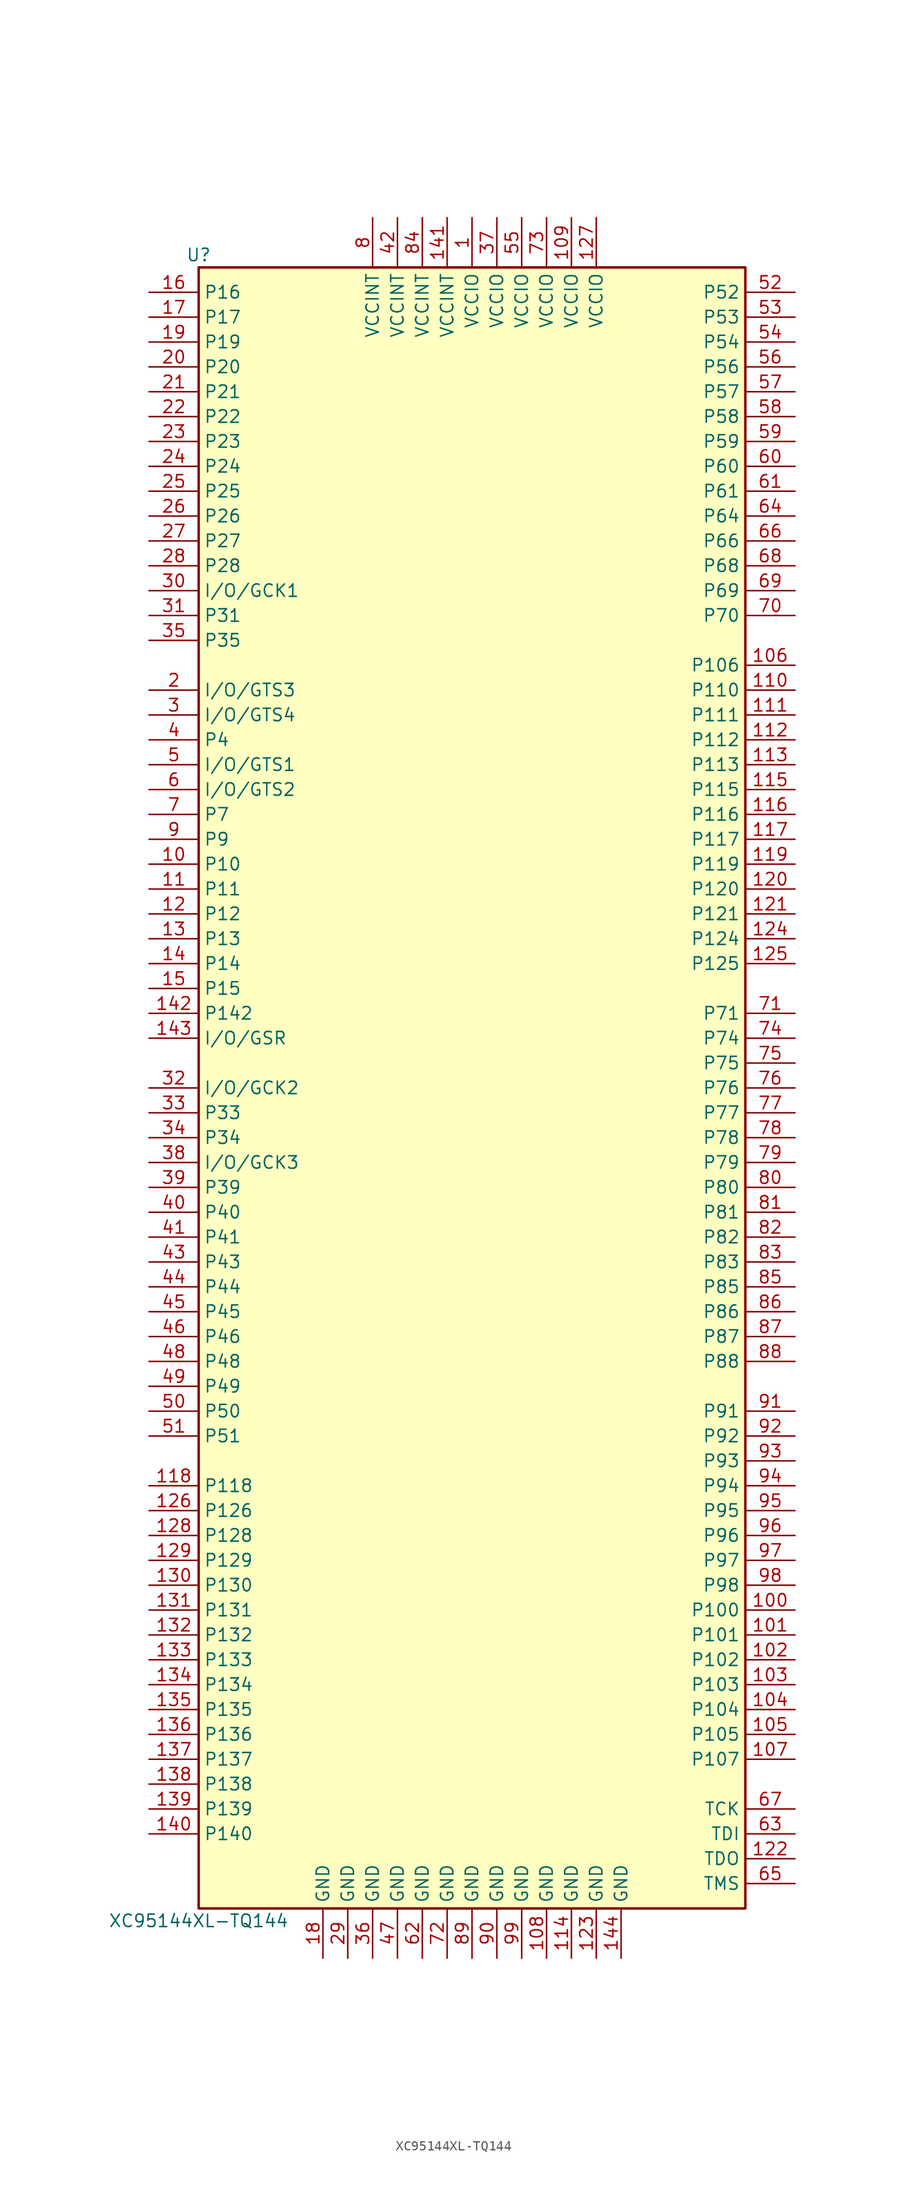
<source format=kicad_sym>
(kicad_symbol_lib
  (version 20201005)
  (generator kicad_symbol_editor)
  (symbol "CPLD_Xilinx:XC95144XL-TQ144"
    (property "Reference" "U"
      (at -27.94 85.09 0)
      (effects (font (size 1.27 1.27))))
    (property "Value" "XC95144XL-TQ144"
      (at -27.94 -85.09 0)
      (effects (font (size 1.27 1.27))))
    (symbol "XC95144XL-TQ144_1_1"
      (rectangle (start -27.94 83.82) (end 27.94 -83.82) (stroke (width 0.254)) (fill (type background)))
      (pin power_in line (at 0 88.9 270) (length 5.08) (name "VCCIO" (effects (font (size 1.27 1.27)))) (number "1" (effects (font (size 1.27 1.27)))))
      (pin bidirectional line (at -33.02 40.64 0) (length 5.08) (name "I/O/GTS3" (effects (font (size 1.27 1.27)))) (number "2" (effects (font (size 1.27 1.27)))))
      (pin bidirectional line (at -33.02 38.1 0) (length 5.08) (name "I/O/GTS4" (effects (font (size 1.27 1.27)))) (number "3" (effects (font (size 1.27 1.27)))))
      (pin bidirectional line (at -33.02 35.56 0) (length 5.08) (name "P4" (effects (font (size 1.27 1.27)))) (number "4" (effects (font (size 1.27 1.27)))))
      (pin bidirectional line (at -33.02 33.02 0) (length 5.08) (name "I/O/GTS1" (effects (font (size 1.27 1.27)))) (number "5" (effects (font (size 1.27 1.27)))))
      (pin bidirectional line (at -33.02 30.48 0) (length 5.08) (name "I/O/GTS2" (effects (font (size 1.27 1.27)))) (number "6" (effects (font (size 1.27 1.27)))))
      (pin bidirectional line (at -33.02 27.94 0) (length 5.08) (name "P7" (effects (font (size 1.27 1.27)))) (number "7" (effects (font (size 1.27 1.27)))))
      (pin power_in line (at -10.16 88.9 270) (length 5.08) (name "VCCINT" (effects (font (size 1.27 1.27)))) (number "8" (effects (font (size 1.27 1.27)))))
      (pin bidirectional line (at -33.02 25.4 0) (length 5.08) (name "P9" (effects (font (size 1.27 1.27)))) (number "9" (effects (font (size 1.27 1.27)))))
      (pin bidirectional line (at -33.02 22.86 0) (length 5.08) (name "P10" (effects (font (size 1.27 1.27)))) (number "10" (effects (font (size 1.27 1.27)))))
      (pin bidirectional line (at -33.02 73.66 0) (length 5.08) (name "P20" (effects (font (size 1.27 1.27)))) (number "20" (effects (font (size 1.27 1.27)))))
      (pin bidirectional line (at -33.02 50.8 0) (length 5.08) (name "I/O/GCK1" (effects (font (size 1.27 1.27)))) (number "30" (effects (font (size 1.27 1.27)))))
      (pin bidirectional line (at -33.02 -12.7 0) (length 5.08) (name "P40" (effects (font (size 1.27 1.27)))) (number "40" (effects (font (size 1.27 1.27)))))
      (pin bidirectional line (at -33.02 -33.02 0) (length 5.08) (name "P50" (effects (font (size 1.27 1.27)))) (number "50" (effects (font (size 1.27 1.27)))))
      (pin bidirectional line (at 33.02 63.5 180) (length 5.08) (name "P60" (effects (font (size 1.27 1.27)))) (number "60" (effects (font (size 1.27 1.27)))))
      (pin bidirectional line (at 33.02 48.26 180) (length 5.08) (name "P70" (effects (font (size 1.27 1.27)))) (number "70" (effects (font (size 1.27 1.27)))))
      (pin bidirectional line (at 33.02 -10.16 180) (length 5.08) (name "P80" (effects (font (size 1.27 1.27)))) (number "80" (effects (font (size 1.27 1.27)))))
      (pin power_in line (at 2.54 -88.9 90) (length 5.08) (name "GND" (effects (font (size 1.27 1.27)))) (number "90" (effects (font (size 1.27 1.27)))))
      (pin bidirectional line (at -33.02 20.32 0) (length 5.08) (name "P11" (effects (font (size 1.27 1.27)))) (number "11" (effects (font (size 1.27 1.27)))))
      (pin bidirectional line (at -33.02 71.12 0) (length 5.08) (name "P21" (effects (font (size 1.27 1.27)))) (number "21" (effects (font (size 1.27 1.27)))))
      (pin bidirectional line (at -33.02 48.26 0) (length 5.08) (name "P31" (effects (font (size 1.27 1.27)))) (number "31" (effects (font (size 1.27 1.27)))))
      (pin bidirectional line (at -33.02 -15.24 0) (length 5.08) (name "P41" (effects (font (size 1.27 1.27)))) (number "41" (effects (font (size 1.27 1.27)))))
      (pin bidirectional line (at -33.02 -35.56 0) (length 5.08) (name "P51" (effects (font (size 1.27 1.27)))) (number "51" (effects (font (size 1.27 1.27)))))
      (pin bidirectional line (at 33.02 60.96 180) (length 5.08) (name "P61" (effects (font (size 1.27 1.27)))) (number "61" (effects (font (size 1.27 1.27)))))
      (pin bidirectional line (at 33.02 7.62 180) (length 5.08) (name "P71" (effects (font (size 1.27 1.27)))) (number "71" (effects (font (size 1.27 1.27)))))
      (pin bidirectional line (at 33.02 -12.7 180) (length 5.08) (name "P81" (effects (font (size 1.27 1.27)))) (number "81" (effects (font (size 1.27 1.27)))))
      (pin bidirectional line (at 33.02 -33.02 180) (length 5.08) (name "P91" (effects (font (size 1.27 1.27)))) (number "91" (effects (font (size 1.27 1.27)))))
      (pin bidirectional line (at -33.02 17.78 0) (length 5.08) (name "P12" (effects (font (size 1.27 1.27)))) (number "12" (effects (font (size 1.27 1.27)))))
      (pin bidirectional line (at -33.02 68.58 0) (length 5.08) (name "P22" (effects (font (size 1.27 1.27)))) (number "22" (effects (font (size 1.27 1.27)))))
      (pin bidirectional line (at -33.02 0 0) (length 5.08) (name "I/O/GCK2" (effects (font (size 1.27 1.27)))) (number "32" (effects (font (size 1.27 1.27)))))
      (pin power_in line (at -7.62 88.9 270) (length 5.08) (name "VCCINT" (effects (font (size 1.27 1.27)))) (number "42" (effects (font (size 1.27 1.27)))))
      (pin bidirectional line (at 33.02 81.28 180) (length 5.08) (name "P52" (effects (font (size 1.27 1.27)))) (number "52" (effects (font (size 1.27 1.27)))))
      (pin power_in line (at -5.08 -88.9 90) (length 5.08) (name "GND" (effects (font (size 1.27 1.27)))) (number "62" (effects (font (size 1.27 1.27)))))
      (pin power_in line (at -2.54 -88.9 90) (length 5.08) (name "GND" (effects (font (size 1.27 1.27)))) (number "72" (effects (font (size 1.27 1.27)))))
      (pin bidirectional line (at 33.02 -15.24 180) (length 5.08) (name "P82" (effects (font (size 1.27 1.27)))) (number "82" (effects (font (size 1.27 1.27)))))
      (pin bidirectional line (at 33.02 -35.56 180) (length 5.08) (name "P92" (effects (font (size 1.27 1.27)))) (number "92" (effects (font (size 1.27 1.27)))))
      (pin bidirectional line (at -33.02 15.24 0) (length 5.08) (name "P13" (effects (font (size 1.27 1.27)))) (number "13" (effects (font (size 1.27 1.27)))))
      (pin bidirectional line (at -33.02 66.04 0) (length 5.08) (name "P23" (effects (font (size 1.27 1.27)))) (number "23" (effects (font (size 1.27 1.27)))))
      (pin bidirectional line (at -33.02 -2.54 0) (length 5.08) (name "P33" (effects (font (size 1.27 1.27)))) (number "33" (effects (font (size 1.27 1.27)))))
      (pin bidirectional line (at -33.02 -17.78 0) (length 5.08) (name "P43" (effects (font (size 1.27 1.27)))) (number "43" (effects (font (size 1.27 1.27)))))
      (pin bidirectional line (at 33.02 78.74 180) (length 5.08) (name "P53" (effects (font (size 1.27 1.27)))) (number "53" (effects (font (size 1.27 1.27)))))
      (pin bidirectional line (at 33.02 -76.2 180) (length 5.08) (name "TDI" (effects (font (size 1.27 1.27)))) (number "63" (effects (font (size 1.27 1.27)))))
      (pin power_in line (at 7.62 88.9 270) (length 5.08) (name "VCCIO" (effects (font (size 1.27 1.27)))) (number "73" (effects (font (size 1.27 1.27)))))
      (pin bidirectional line (at 33.02 -17.78 180) (length 5.08) (name "P83" (effects (font (size 1.27 1.27)))) (number "83" (effects (font (size 1.27 1.27)))))
      (pin bidirectional line (at 33.02 -38.1 180) (length 5.08) (name "P93" (effects (font (size 1.27 1.27)))) (number "93" (effects (font (size 1.27 1.27)))))
      (pin bidirectional line (at -33.02 12.7 0) (length 5.08) (name "P14" (effects (font (size 1.27 1.27)))) (number "14" (effects (font (size 1.27 1.27)))))
      (pin bidirectional line (at -33.02 63.5 0) (length 5.08) (name "P24" (effects (font (size 1.27 1.27)))) (number "24" (effects (font (size 1.27 1.27)))))
      (pin bidirectional line (at -33.02 -5.08 0) (length 5.08) (name "P34" (effects (font (size 1.27 1.27)))) (number "34" (effects (font (size 1.27 1.27)))))
      (pin bidirectional line (at -33.02 -20.32 0) (length 5.08) (name "P44" (effects (font (size 1.27 1.27)))) (number "44" (effects (font (size 1.27 1.27)))))
      (pin bidirectional line (at 33.02 76.2 180) (length 5.08) (name "P54" (effects (font (size 1.27 1.27)))) (number "54" (effects (font (size 1.27 1.27)))))
      (pin bidirectional line (at 33.02 58.42 180) (length 5.08) (name "P64" (effects (font (size 1.27 1.27)))) (number "64" (effects (font (size 1.27 1.27)))))
      (pin bidirectional line (at 33.02 5.08 180) (length 5.08) (name "P74" (effects (font (size 1.27 1.27)))) (number "74" (effects (font (size 1.27 1.27)))))
      (pin power_in line (at -5.08 88.9 270) (length 5.08) (name "VCCINT" (effects (font (size 1.27 1.27)))) (number "84" (effects (font (size 1.27 1.27)))))
      (pin bidirectional line (at 33.02 -40.64 180) (length 5.08) (name "P94" (effects (font (size 1.27 1.27)))) (number "94" (effects (font (size 1.27 1.27)))))
      (pin bidirectional line (at -33.02 10.16 0) (length 5.08) (name "P15" (effects (font (size 1.27 1.27)))) (number "15" (effects (font (size 1.27 1.27)))))
      (pin bidirectional line (at -33.02 60.96 0) (length 5.08) (name "P25" (effects (font (size 1.27 1.27)))) (number "25" (effects (font (size 1.27 1.27)))))
      (pin bidirectional line (at -33.02 45.72 0) (length 5.08) (name "P35" (effects (font (size 1.27 1.27)))) (number "35" (effects (font (size 1.27 1.27)))))
      (pin bidirectional line (at -33.02 -22.86 0) (length 5.08) (name "P45" (effects (font (size 1.27 1.27)))) (number "45" (effects (font (size 1.27 1.27)))))
      (pin power_in line (at 5.08 88.9 270) (length 5.08) (name "VCCIO" (effects (font (size 1.27 1.27)))) (number "55" (effects (font (size 1.27 1.27)))))
      (pin bidirectional line (at 33.02 -81.28 180) (length 5.08) (name "TMS" (effects (font (size 1.27 1.27)))) (number "65" (effects (font (size 1.27 1.27)))))
      (pin bidirectional line (at 33.02 2.54 180) (length 5.08) (name "P75" (effects (font (size 1.27 1.27)))) (number "75" (effects (font (size 1.27 1.27)))))
      (pin bidirectional line (at 33.02 -20.32 180) (length 5.08) (name "P85" (effects (font (size 1.27 1.27)))) (number "85" (effects (font (size 1.27 1.27)))))
      (pin bidirectional line (at 33.02 -43.18 180) (length 5.08) (name "P95" (effects (font (size 1.27 1.27)))) (number "95" (effects (font (size 1.27 1.27)))))
      (pin bidirectional line (at -33.02 81.28 0) (length 5.08) (name "P16" (effects (font (size 1.27 1.27)))) (number "16" (effects (font (size 1.27 1.27)))))
      (pin bidirectional line (at -33.02 58.42 0) (length 5.08) (name "P26" (effects (font (size 1.27 1.27)))) (number "26" (effects (font (size 1.27 1.27)))))
      (pin power_in line (at -10.16 -88.9 90) (length 5.08) (name "GND" (effects (font (size 1.27 1.27)))) (number "36" (effects (font (size 1.27 1.27)))))
      (pin bidirectional line (at -33.02 -25.4 0) (length 5.08) (name "P46" (effects (font (size 1.27 1.27)))) (number "46" (effects (font (size 1.27 1.27)))))
      (pin bidirectional line (at 33.02 73.66 180) (length 5.08) (name "P56" (effects (font (size 1.27 1.27)))) (number "56" (effects (font (size 1.27 1.27)))))
      (pin bidirectional line (at 33.02 55.88 180) (length 5.08) (name "P66" (effects (font (size 1.27 1.27)))) (number "66" (effects (font (size 1.27 1.27)))))
      (pin bidirectional line (at 33.02 0 180) (length 5.08) (name "P76" (effects (font (size 1.27 1.27)))) (number "76" (effects (font (size 1.27 1.27)))))
      (pin bidirectional line (at 33.02 -22.86 180) (length 5.08) (name "P86" (effects (font (size 1.27 1.27)))) (number "86" (effects (font (size 1.27 1.27)))))
      (pin bidirectional line (at 33.02 -45.72 180) (length 5.08) (name "P96" (effects (font (size 1.27 1.27)))) (number "96" (effects (font (size 1.27 1.27)))))
      (pin bidirectional line (at -33.02 78.74 0) (length 5.08) (name "P17" (effects (font (size 1.27 1.27)))) (number "17" (effects (font (size 1.27 1.27)))))
      (pin bidirectional line (at -33.02 55.88 0) (length 5.08) (name "P27" (effects (font (size 1.27 1.27)))) (number "27" (effects (font (size 1.27 1.27)))))
      (pin power_in line (at 2.54 88.9 270) (length 5.08) (name "VCCIO" (effects (font (size 1.27 1.27)))) (number "37" (effects (font (size 1.27 1.27)))))
      (pin power_in line (at -7.62 -88.9 90) (length 5.08) (name "GND" (effects (font (size 1.27 1.27)))) (number "47" (effects (font (size 1.27 1.27)))))
      (pin bidirectional line (at 33.02 71.12 180) (length 5.08) (name "P57" (effects (font (size 1.27 1.27)))) (number "57" (effects (font (size 1.27 1.27)))))
      (pin bidirectional line (at 33.02 -73.66 180) (length 5.08) (name "TCK" (effects (font (size 1.27 1.27)))) (number "67" (effects (font (size 1.27 1.27)))))
      (pin bidirectional line (at 33.02 -2.54 180) (length 5.08) (name "P77" (effects (font (size 1.27 1.27)))) (number "77" (effects (font (size 1.27 1.27)))))
      (pin bidirectional line (at 33.02 -25.4 180) (length 5.08) (name "P87" (effects (font (size 1.27 1.27)))) (number "87" (effects (font (size 1.27 1.27)))))
      (pin bidirectional line (at 33.02 -48.26 180) (length 5.08) (name "P97" (effects (font (size 1.27 1.27)))) (number "97" (effects (font (size 1.27 1.27)))))
      (pin power_in line (at -15.24 -88.9 90) (length 5.08) (name "GND" (effects (font (size 1.27 1.27)))) (number "18" (effects (font (size 1.27 1.27)))))
      (pin bidirectional line (at -33.02 53.34 0) (length 5.08) (name "P28" (effects (font (size 1.27 1.27)))) (number "28" (effects (font (size 1.27 1.27)))))
      (pin bidirectional line (at -33.02 -7.62 0) (length 5.08) (name "I/O/GCK3" (effects (font (size 1.27 1.27)))) (number "38" (effects (font (size 1.27 1.27)))))
      (pin bidirectional line (at -33.02 -27.94 0) (length 5.08) (name "P48" (effects (font (size 1.27 1.27)))) (number "48" (effects (font (size 1.27 1.27)))))
      (pin bidirectional line (at 33.02 68.58 180) (length 5.08) (name "P58" (effects (font (size 1.27 1.27)))) (number "58" (effects (font (size 1.27 1.27)))))
      (pin bidirectional line (at 33.02 53.34 180) (length 5.08) (name "P68" (effects (font (size 1.27 1.27)))) (number "68" (effects (font (size 1.27 1.27)))))
      (pin bidirectional line (at 33.02 -5.08 180) (length 5.08) (name "P78" (effects (font (size 1.27 1.27)))) (number "78" (effects (font (size 1.27 1.27)))))
      (pin bidirectional line (at 33.02 -27.94 180) (length 5.08) (name "P88" (effects (font (size 1.27 1.27)))) (number "88" (effects (font (size 1.27 1.27)))))
      (pin bidirectional line (at 33.02 -50.8 180) (length 5.08) (name "P98" (effects (font (size 1.27 1.27)))) (number "98" (effects (font (size 1.27 1.27)))))
      (pin bidirectional line (at -33.02 76.2 0) (length 5.08) (name "P19" (effects (font (size 1.27 1.27)))) (number "19" (effects (font (size 1.27 1.27)))))
      (pin power_in line (at -12.7 -88.9 90) (length 5.08) (name "GND" (effects (font (size 1.27 1.27)))) (number "29" (effects (font (size 1.27 1.27)))))
      (pin bidirectional line (at -33.02 -10.16 0) (length 5.08) (name "P39" (effects (font (size 1.27 1.27)))) (number "39" (effects (font (size 1.27 1.27)))))
      (pin bidirectional line (at -33.02 -30.48 0) (length 5.08) (name "P49" (effects (font (size 1.27 1.27)))) (number "49" (effects (font (size 1.27 1.27)))))
      (pin bidirectional line (at 33.02 66.04 180) (length 5.08) (name "P59" (effects (font (size 1.27 1.27)))) (number "59" (effects (font (size 1.27 1.27)))))
      (pin bidirectional line (at 33.02 50.8 180) (length 5.08) (name "P69" (effects (font (size 1.27 1.27)))) (number "69" (effects (font (size 1.27 1.27)))))
      (pin bidirectional line (at 33.02 -7.62 180) (length 5.08) (name "P79" (effects (font (size 1.27 1.27)))) (number "79" (effects (font (size 1.27 1.27)))))
      (pin power_in line (at 0 -88.9 90) (length 5.08) (name "GND" (effects (font (size 1.27 1.27)))) (number "89" (effects (font (size 1.27 1.27)))))
      (pin power_in line (at 5.08 -88.9 90) (length 5.08) (name "GND" (effects (font (size 1.27 1.27)))) (number "99" (effects (font (size 1.27 1.27)))))
      (pin bidirectional line (at 33.02 -53.34 180) (length 5.08) (name "P100" (effects (font (size 1.27 1.27)))) (number "100" (effects (font (size 1.27 1.27)))))
      (pin bidirectional line (at 33.02 40.64 180) (length 5.08) (name "P110" (effects (font (size 1.27 1.27)))) (number "110" (effects (font (size 1.27 1.27)))))
      (pin bidirectional line (at 33.02 20.32 180) (length 5.08) (name "P120" (effects (font (size 1.27 1.27)))) (number "120" (effects (font (size 1.27 1.27)))))
      (pin bidirectional line (at -33.02 -50.8 0) (length 5.08) (name "P130" (effects (font (size 1.27 1.27)))) (number "130" (effects (font (size 1.27 1.27)))))
      (pin bidirectional line (at -33.02 -76.2 0) (length 5.08) (name "P140" (effects (font (size 1.27 1.27)))) (number "140" (effects (font (size 1.27 1.27)))))
      (pin bidirectional line (at 33.02 -55.88 180) (length 5.08) (name "P101" (effects (font (size 1.27 1.27)))) (number "101" (effects (font (size 1.27 1.27)))))
      (pin bidirectional line (at 33.02 38.1 180) (length 5.08) (name "P111" (effects (font (size 1.27 1.27)))) (number "111" (effects (font (size 1.27 1.27)))))
      (pin bidirectional line (at 33.02 17.78 180) (length 5.08) (name "P121" (effects (font (size 1.27 1.27)))) (number "121" (effects (font (size 1.27 1.27)))))
      (pin bidirectional line (at -33.02 -53.34 0) (length 5.08) (name "P131" (effects (font (size 1.27 1.27)))) (number "131" (effects (font (size 1.27 1.27)))))
      (pin power_in line (at -2.54 88.9 270) (length 5.08) (name "VCCINT" (effects (font (size 1.27 1.27)))) (number "141" (effects (font (size 1.27 1.27)))))
      (pin bidirectional line (at 33.02 -58.42 180) (length 5.08) (name "P102" (effects (font (size 1.27 1.27)))) (number "102" (effects (font (size 1.27 1.27)))))
      (pin bidirectional line (at 33.02 35.56 180) (length 5.08) (name "P112" (effects (font (size 1.27 1.27)))) (number "112" (effects (font (size 1.27 1.27)))))
      (pin bidirectional line (at 33.02 -78.74 180) (length 5.08) (name "TDO" (effects (font (size 1.27 1.27)))) (number "122" (effects (font (size 1.27 1.27)))))
      (pin bidirectional line (at -33.02 -55.88 0) (length 5.08) (name "P132" (effects (font (size 1.27 1.27)))) (number "132" (effects (font (size 1.27 1.27)))))
      (pin bidirectional line (at -33.02 7.62 0) (length 5.08) (name "P142" (effects (font (size 1.27 1.27)))) (number "142" (effects (font (size 1.27 1.27)))))
      (pin bidirectional line (at 33.02 -60.96 180) (length 5.08) (name "P103" (effects (font (size 1.27 1.27)))) (number "103" (effects (font (size 1.27 1.27)))))
      (pin bidirectional line (at 33.02 33.02 180) (length 5.08) (name "P113" (effects (font (size 1.27 1.27)))) (number "113" (effects (font (size 1.27 1.27)))))
      (pin power_in line (at 12.7 -88.9 90) (length 5.08) (name "GND" (effects (font (size 1.27 1.27)))) (number "123" (effects (font (size 1.27 1.27)))))
      (pin bidirectional line (at -33.02 -58.42 0) (length 5.08) (name "P133" (effects (font (size 1.27 1.27)))) (number "133" (effects (font (size 1.27 1.27)))))
      (pin bidirectional line (at -33.02 5.08 0) (length 5.08) (name "I/O/GSR" (effects (font (size 1.27 1.27)))) (number "143" (effects (font (size 1.27 1.27)))))
      (pin bidirectional line (at 33.02 -63.5 180) (length 5.08) (name "P104" (effects (font (size 1.27 1.27)))) (number "104" (effects (font (size 1.27 1.27)))))
      (pin power_in line (at 10.16 -88.9 90) (length 5.08) (name "GND" (effects (font (size 1.27 1.27)))) (number "114" (effects (font (size 1.27 1.27)))))
      (pin bidirectional line (at 33.02 15.24 180) (length 5.08) (name "P124" (effects (font (size 1.27 1.27)))) (number "124" (effects (font (size 1.27 1.27)))))
      (pin bidirectional line (at -33.02 -60.96 0) (length 5.08) (name "P134" (effects (font (size 1.27 1.27)))) (number "134" (effects (font (size 1.27 1.27)))))
      (pin power_in line (at 15.24 -88.9 90) (length 5.08) (name "GND" (effects (font (size 1.27 1.27)))) (number "144" (effects (font (size 1.27 1.27)))))
      (pin bidirectional line (at 33.02 -66.04 180) (length 5.08) (name "P105" (effects (font (size 1.27 1.27)))) (number "105" (effects (font (size 1.27 1.27)))))
      (pin bidirectional line (at 33.02 30.48 180) (length 5.08) (name "P115" (effects (font (size 1.27 1.27)))) (number "115" (effects (font (size 1.27 1.27)))))
      (pin bidirectional line (at 33.02 12.7 180) (length 5.08) (name "P125" (effects (font (size 1.27 1.27)))) (number "125" (effects (font (size 1.27 1.27)))))
      (pin bidirectional line (at -33.02 -63.5 0) (length 5.08) (name "P135" (effects (font (size 1.27 1.27)))) (number "135" (effects (font (size 1.27 1.27)))))
      (pin bidirectional line (at 33.02 43.18 180) (length 5.08) (name "P106" (effects (font (size 1.27 1.27)))) (number "106" (effects (font (size 1.27 1.27)))))
      (pin bidirectional line (at 33.02 27.94 180) (length 5.08) (name "P116" (effects (font (size 1.27 1.27)))) (number "116" (effects (font (size 1.27 1.27)))))
      (pin bidirectional line (at -33.02 -43.18 0) (length 5.08) (name "P126" (effects (font (size 1.27 1.27)))) (number "126" (effects (font (size 1.27 1.27)))))
      (pin bidirectional line (at -33.02 -66.04 0) (length 5.08) (name "P136" (effects (font (size 1.27 1.27)))) (number "136" (effects (font (size 1.27 1.27)))))
      (pin bidirectional line (at 33.02 -68.58 180) (length 5.08) (name "P107" (effects (font (size 1.27 1.27)))) (number "107" (effects (font (size 1.27 1.27)))))
      (pin bidirectional line (at 33.02 25.4 180) (length 5.08) (name "P117" (effects (font (size 1.27 1.27)))) (number "117" (effects (font (size 1.27 1.27)))))
      (pin power_in line (at 12.7 88.9 270) (length 5.08) (name "VCCIO" (effects (font (size 1.27 1.27)))) (number "127" (effects (font (size 1.27 1.27)))))
      (pin bidirectional line (at -33.02 -68.58 0) (length 5.08) (name "P137" (effects (font (size 1.27 1.27)))) (number "137" (effects (font (size 1.27 1.27)))))
      (pin power_in line (at 7.62 -88.9 90) (length 5.08) (name "GND" (effects (font (size 1.27 1.27)))) (number "108" (effects (font (size 1.27 1.27)))))
      (pin bidirectional line (at -33.02 -40.64 0) (length 5.08) (name "P118" (effects (font (size 1.27 1.27)))) (number "118" (effects (font (size 1.27 1.27)))))
      (pin bidirectional line (at -33.02 -45.72 0) (length 5.08) (name "P128" (effects (font (size 1.27 1.27)))) (number "128" (effects (font (size 1.27 1.27)))))
      (pin bidirectional line (at -33.02 -71.12 0) (length 5.08) (name "P138" (effects (font (size 1.27 1.27)))) (number "138" (effects (font (size 1.27 1.27)))))
      (pin power_in line (at 10.16 88.9 270) (length 5.08) (name "VCCIO" (effects (font (size 1.27 1.27)))) (number "109" (effects (font (size 1.27 1.27)))))
      (pin bidirectional line (at 33.02 22.86 180) (length 5.08) (name "P119" (effects (font (size 1.27 1.27)))) (number "119" (effects (font (size 1.27 1.27)))))
      (pin bidirectional line (at -33.02 -48.26 0) (length 5.08) (name "P129" (effects (font (size 1.27 1.27)))) (number "129" (effects (font (size 1.27 1.27)))))
      (pin bidirectional line (at -33.02 -73.66 0) (length 5.08) (name "P139" (effects (font (size 1.27 1.27)))) (number "139" (effects (font (size 1.27 1.27))))))))
</source>
